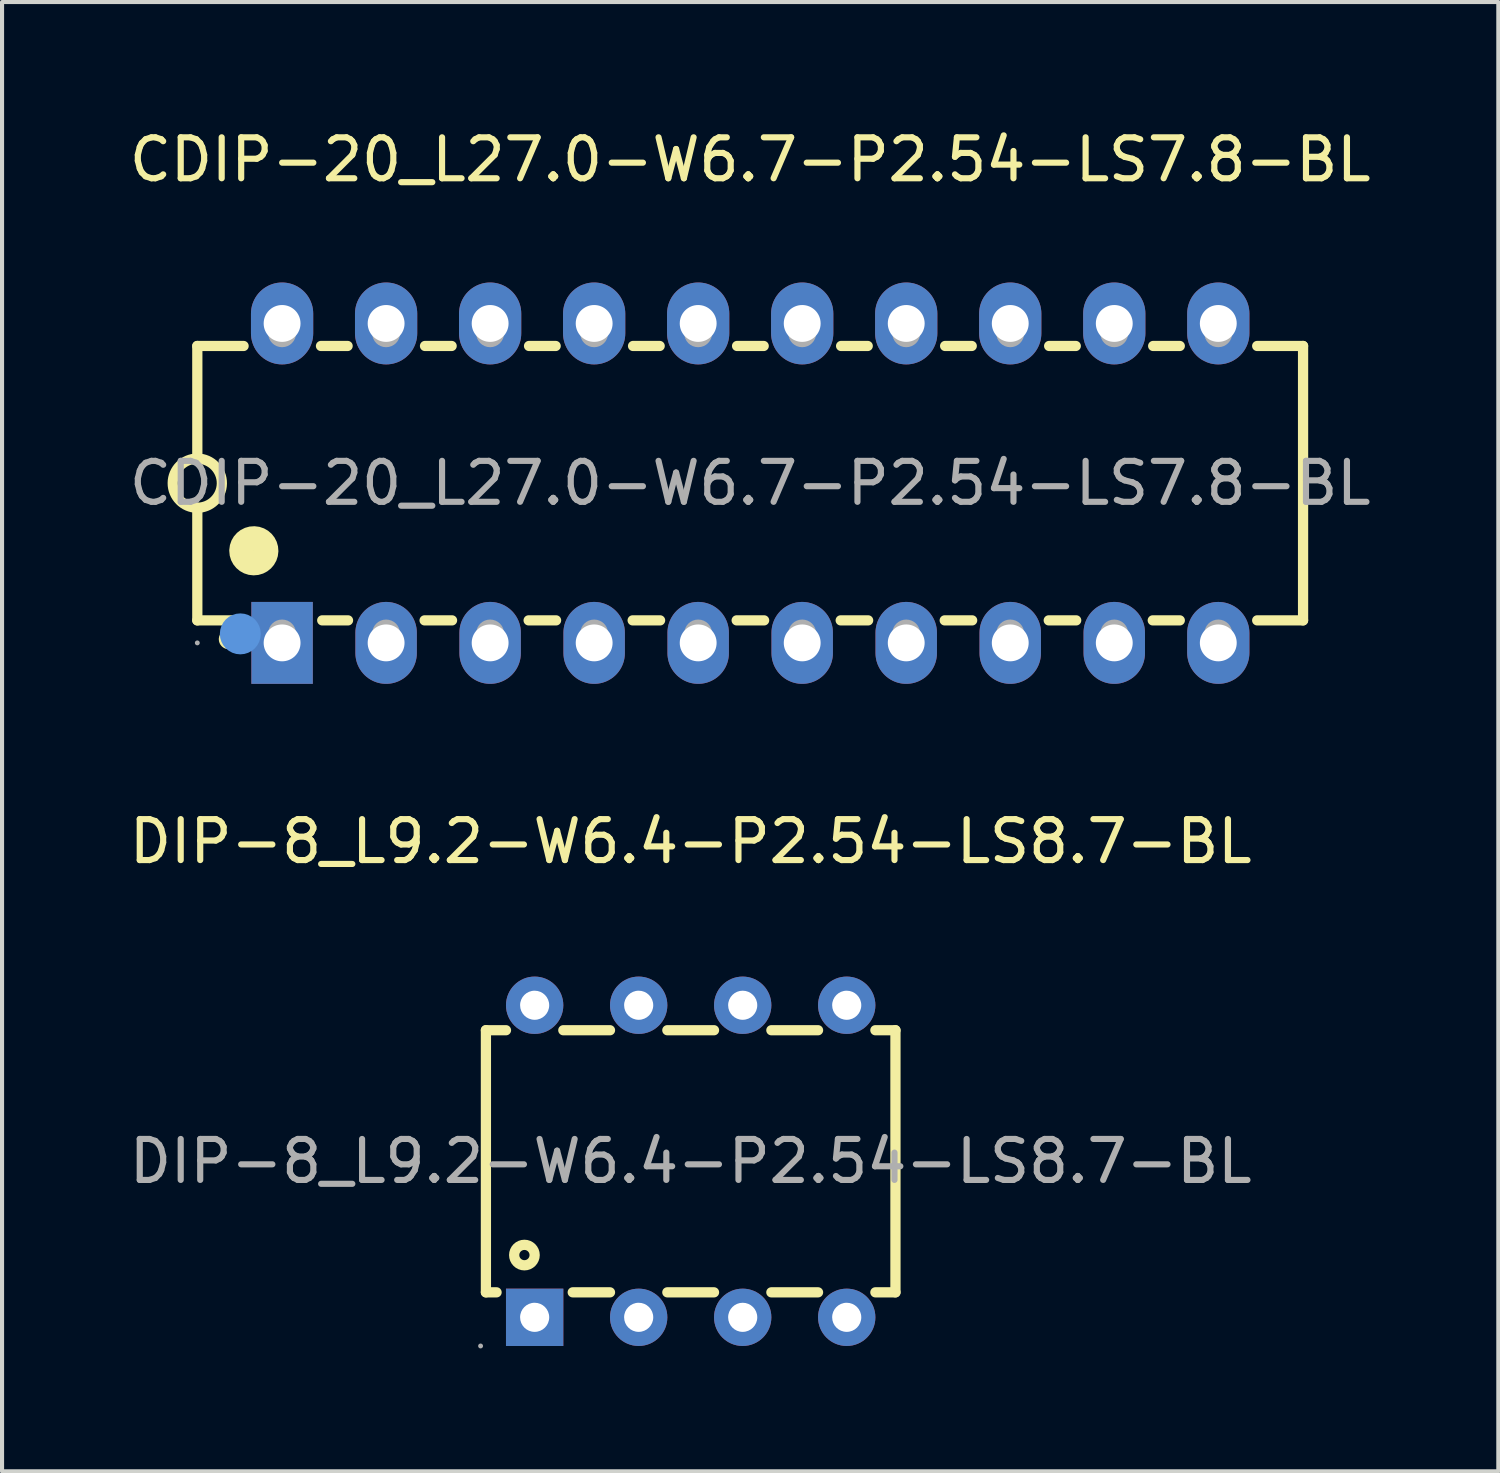
<source format=kicad_pcb>
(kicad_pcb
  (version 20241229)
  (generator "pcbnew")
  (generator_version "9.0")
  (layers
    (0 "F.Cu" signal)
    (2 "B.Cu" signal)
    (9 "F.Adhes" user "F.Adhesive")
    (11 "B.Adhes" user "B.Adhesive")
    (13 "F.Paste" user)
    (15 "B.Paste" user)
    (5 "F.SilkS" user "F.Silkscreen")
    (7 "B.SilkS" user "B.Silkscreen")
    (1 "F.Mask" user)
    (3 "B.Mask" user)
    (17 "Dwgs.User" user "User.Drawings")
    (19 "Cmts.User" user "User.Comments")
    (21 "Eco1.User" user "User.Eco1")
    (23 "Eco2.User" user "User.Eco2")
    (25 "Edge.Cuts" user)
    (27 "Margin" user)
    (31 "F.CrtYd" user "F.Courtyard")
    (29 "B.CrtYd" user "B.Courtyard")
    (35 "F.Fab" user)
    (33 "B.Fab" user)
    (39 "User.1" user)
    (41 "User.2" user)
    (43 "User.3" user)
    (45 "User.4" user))
  (footprint "CDIP-20_L27.0-W6.7-P2.54-LS7.8-BL"
    (layer "F.Cu")
    (at 15.268 8.748)
    (property "Reference" "CDIP-20_L27.0-W6.7-P2.54-LS7.8-BL" (at 0 -7.9 0) (layer "F.SilkS") (effects (font (size 1 1) (thickness 0.15))))
    (attr through_hole)
    (fp_line (start -13.5 -3.35) (end -12.37 -3.35) (stroke (width 0.25) (type solid)) (layer "F.SilkS"))
    (fp_line (start -13.5 -0.6) (end -13.5 -3.35) (stroke (width 0.25) (type solid)) (layer "F.SilkS"))
    (fp_line (start -13.5 3.35) (end -13.5 0.6) (stroke (width 0.25) (type solid)) (layer "F.SilkS"))
    (fp_line (start -13.5 3.35) (end -12.41 3.35) (stroke (width 0.25) (type solid)) (layer "F.SilkS"))
    (fp_line (start -10.48 -3.35) (end -9.83 -3.35) (stroke (width 0.25) (type solid)) (layer "F.SilkS"))
    (fp_line (start -10.45 3.35) (end -9.82 3.35) (stroke (width 0.25) (type solid)) (layer "F.SilkS"))
    (fp_line (start -7.95 3.35) (end -7.28 3.35) (stroke (width 0.25) (type solid)) (layer "F.SilkS"))
    (fp_line (start -7.94 -3.35) (end -7.29 -3.35) (stroke (width 0.25) (type solid)) (layer "F.SilkS"))
    (fp_line (start -5.41 3.35) (end -4.74 3.35) (stroke (width 0.25) (type solid)) (layer "F.SilkS"))
    (fp_line (start -5.4 -3.35) (end -4.75 -3.35) (stroke (width 0.25) (type solid)) (layer "F.SilkS"))
    (fp_line (start -2.87 3.35) (end -2.2 3.35) (stroke (width 0.25) (type solid)) (layer "F.SilkS"))
    (fp_line (start -2.86 -3.35) (end -2.21 -3.35) (stroke (width 0.25) (type solid)) (layer "F.SilkS"))
    (fp_line (start -0.33 3.35) (end 0.34 3.35) (stroke (width 0.25) (type solid)) (layer "F.SilkS"))
    (fp_line (start -0.32 -3.35) (end 0.33 -3.35) (stroke (width 0.25) (type solid)) (layer "F.SilkS"))
    (fp_line (start 2.21 3.35) (end 2.88 3.35) (stroke (width 0.25) (type solid)) (layer "F.SilkS"))
    (fp_line (start 2.22 -3.35) (end 2.87 -3.35) (stroke (width 0.25) (type solid)) (layer "F.SilkS"))
    (fp_line (start 4.75 3.35) (end 5.42 3.35) (stroke (width 0.25) (type solid)) (layer "F.SilkS"))
    (fp_line (start 4.76 -3.35) (end 5.41 -3.35) (stroke (width 0.25) (type solid)) (layer "F.SilkS"))
    (fp_line (start 7.29 3.35) (end 7.96 3.35) (stroke (width 0.25) (type solid)) (layer "F.SilkS"))
    (fp_line (start 7.3 -3.35) (end 7.95 -3.35) (stroke (width 0.25) (type solid)) (layer "F.SilkS"))
    (fp_line (start 9.83 3.35) (end 10.49 3.35) (stroke (width 0.25) (type solid)) (layer "F.SilkS"))
    (fp_line (start 9.84 -3.35) (end 10.49 -3.35) (stroke (width 0.25) (type solid)) (layer "F.SilkS"))
    (fp_line (start 12.38 -3.35) (end 13.5 -3.35) (stroke (width 0.25) (type solid)) (layer "F.SilkS"))
    (fp_line (start 12.38 3.35) (end 13.5 3.35) (stroke (width 0.25) (type solid)) (layer "F.SilkS"))
    (fp_line (start 13.5 -3.35) (end 13.5 3.35) (stroke (width 0.25) (type solid)) (layer "F.SilkS"))
    (fp_arc (start -13.489529 -0.599909) (mid -13.505236 0.599978) (end -13.5 -0.6) (stroke (width 0.25) (type solid)) (layer "F.SilkS"))
    (fp_arc (start -12.85 3.8) (mid -12.609687 3.814987) (end -12.850416 3.810034) (stroke (width 0.25) (type solid)) (layer "F.SilkS"))
    (fp_arc (start -12.42 1.64) (mid -11.819875 1.654999) (end -12.420167 1.650004) (stroke (width 0.6) (type solid)) (layer "F.SilkS"))
    (fp_circle (center -12.45 3.68) (end -12.2 3.68) (stroke (width 0.5) (type solid)) (fill no) (layer "Cmts.User"))
    (fp_circle (center -13.5 3.9) (end -13.47 3.9) (stroke (width 0.06) (type solid)) (fill no) (layer "F.Fab"))
    (fp_circle (center -11.43 -3.66) (end -11.32 -3.66) (stroke (width 0.23) (type solid)) (fill no) (layer "F.Fab"))
    (fp_circle (center -11.43 3.67) (end -11.32 3.67) (stroke (width 0.23) (type solid)) (fill no) (layer "F.Fab"))
    (fp_circle (center -8.89 -3.66) (end -8.78 -3.66) (stroke (width 0.23) (type solid)) (fill no) (layer "F.Fab"))
    (fp_circle (center -8.89 3.67) (end -8.78 3.67) (stroke (width 0.23) (type solid)) (fill no) (layer "F.Fab"))
    (fp_circle (center -6.35 -3.66) (end -6.24 -3.66) (stroke (width 0.23) (type solid)) (fill no) (layer "F.Fab"))
    (fp_circle (center -6.35 3.67) (end -6.24 3.67) (stroke (width 0.23) (type solid)) (fill no) (layer "F.Fab"))
    (fp_circle (center -3.81 -3.66) (end -3.7 -3.66) (stroke (width 0.23) (type solid)) (fill no) (layer "F.Fab"))
    (fp_circle (center -3.81 3.67) (end -3.7 3.67) (stroke (width 0.23) (type solid)) (fill no) (layer "F.Fab"))
    (fp_circle (center -1.27 -3.66) (end -1.16 -3.66) (stroke (width 0.23) (type solid)) (fill no) (layer "F.Fab"))
    (fp_circle (center -1.27 3.67) (end -1.16 3.67) (stroke (width 0.23) (type solid)) (fill no) (layer "F.Fab"))
    (fp_circle (center 1.27 -3.66) (end 1.38 -3.66) (stroke (width 0.23) (type solid)) (fill no) (layer "F.Fab"))
    (fp_circle (center 1.27 3.67) (end 1.38 3.67) (stroke (width 0.23) (type solid)) (fill no) (layer "F.Fab"))
    (fp_circle (center 3.81 -3.66) (end 3.92 -3.66) (stroke (width 0.23) (type solid)) (fill no) (layer "F.Fab"))
    (fp_circle (center 3.81 3.67) (end 3.92 3.67) (stroke (width 0.23) (type solid)) (fill no) (layer "F.Fab"))
    (fp_circle (center 6.35 -3.66) (end 6.46 -3.66) (stroke (width 0.23) (type solid)) (fill no) (layer "F.Fab"))
    (fp_circle (center 6.35 3.67) (end 6.46 3.67) (stroke (width 0.23) (type solid)) (fill no) (layer "F.Fab"))
    (fp_circle (center 8.89 -3.66) (end 9 -3.66) (stroke (width 0.23) (type solid)) (fill no) (layer "F.Fab"))
    (fp_circle (center 8.89 3.67) (end 9 3.67) (stroke (width 0.23) (type solid)) (fill no) (layer "F.Fab"))
    (fp_circle (center 11.43 -3.66) (end 11.54 -3.66) (stroke (width 0.23) (type solid)) (fill no) (layer "F.Fab"))
    (fp_circle (center 11.43 3.67) (end 11.54 3.67) (stroke (width 0.23) (type solid)) (fill no) (layer "F.Fab"))
    (fp_text user "${REFERENCE}" (at 0 0 0) (layer "F.Fab") (effects (font (size 1 1) (thickness 0.15))))
    (pad "1" thru_hole rect (at -11.43 3.9 90) (size 2 1.5) (drill 0.9) (layers "*.Cu" "*.Paste" "*.Mask"))
    (pad "2" thru_hole oval (at -8.89 3.9 90) (size 2 1.5) (drill 0.9) (layers "*.Cu" "*.Paste" "*.Mask"))
    (pad "3" thru_hole oval (at -6.35 3.9 90) (size 2 1.5) (drill 0.9) (layers "*.Cu" "*.Paste" "*.Mask"))
    (pad "4" thru_hole oval (at -3.81 3.9 90) (size 2 1.5) (drill 0.9) (layers "*.Cu" "*.Paste" "*.Mask"))
    (pad "5" thru_hole oval (at -1.27 3.9 90) (size 2 1.5) (drill 0.9) (layers "*.Cu" "*.Paste" "*.Mask"))
    (pad "6" thru_hole oval (at 1.27 3.9 90) (size 2 1.5) (drill 0.9) (layers "*.Cu" "*.Paste" "*.Mask"))
    (pad "7" thru_hole oval (at 3.81 3.9 90) (size 2 1.5) (drill 0.9) (layers "*.Cu" "*.Paste" "*.Mask"))
    (pad "8" thru_hole oval (at 6.35 3.9 90) (size 2 1.5) (drill 0.9) (layers "*.Cu" "*.Paste" "*.Mask"))
    (pad "9" thru_hole oval (at 8.89 3.9 90) (size 2 1.5) (drill 0.9) (layers "*.Cu" "*.Paste" "*.Mask"))
    (pad "10" thru_hole oval (at 11.43 3.9 90) (size 2 1.52) (drill 0.9) (layers "*.Cu" "*.Paste" "*.Mask"))
    (pad "11" thru_hole oval (at 11.43 -3.9 90) (size 2 1.52) (drill 0.9) (layers "*.Cu" "*.Paste" "*.Mask"))
    (pad "12" thru_hole oval (at 8.89 -3.9 90) (size 2 1.52) (drill 0.9) (layers "*.Cu" "*.Paste" "*.Mask"))
    (pad "13" thru_hole oval (at 6.35 -3.9 90) (size 2 1.52) (drill 0.9) (layers "*.Cu" "*.Paste" "*.Mask"))
    (pad "14" thru_hole oval (at 3.81 -3.9 90) (size 2 1.52) (drill 0.9) (layers "*.Cu" "*.Paste" "*.Mask"))
    (pad "15" thru_hole oval (at 1.27 -3.9 90) (size 2 1.52) (drill 0.9) (layers "*.Cu" "*.Paste" "*.Mask"))
    (pad "16" thru_hole oval (at -1.27 -3.9 90) (size 2 1.52) (drill 0.9) (layers "*.Cu" "*.Paste" "*.Mask"))
    (pad "17" thru_hole oval (at -3.81 -3.9 90) (size 2 1.52) (drill 0.9) (layers "*.Cu" "*.Paste" "*.Mask"))
    (pad "18" thru_hole oval (at -6.35 -3.9 90) (size 2 1.52) (drill 0.9) (layers "*.Cu" "*.Paste" "*.Mask"))
    (pad "19" thru_hole oval (at -8.89 -3.9 90) (size 2 1.52) (drill 0.9) (layers "*.Cu" "*.Paste" "*.Mask"))
    (pad "20" thru_hole oval (at -11.43 -3.9 90) (size 2 1.52) (drill 0.9) (layers "*.Cu" "*.Paste" "*.Mask")))
  (footprint "DIP-8_L9.2-W6.4-P2.54-LS8.7-BL"
    (layer "F.Cu")
    (at 13.815 25.306)
    (property "Reference" "DIP-8_L9.2-W6.4-P2.54-LS8.7-BL" (at 0 -7.81 0) (layer "F.SilkS") (effects (font (size 1 1) (thickness 0.15))))
    (attr through_hole)
    (fp_line (start -5 -3.2) (end -5 3.2) (stroke (width 0.25) (type solid)) (layer "F.SilkS"))
    (fp_line (start -5 -3.2) (end -4.51 -3.2) (stroke (width 0.25) (type solid)) (layer "F.SilkS"))
    (fp_line (start -5 3.2) (end -4.74 3.2) (stroke (width 0.25) (type solid)) (layer "F.SilkS"))
    (fp_line (start -3.11 -3.2) (end -1.97 -3.2) (stroke (width 0.25) (type solid)) (layer "F.SilkS"))
    (fp_line (start -2.88 3.2) (end -1.97 3.2) (stroke (width 0.25) (type solid)) (layer "F.SilkS"))
    (fp_line (start -0.57 -3.2) (end 0.57 -3.2) (stroke (width 0.25) (type solid)) (layer "F.SilkS"))
    (fp_line (start -0.57 3.2) (end 0.57 3.2) (stroke (width 0.25) (type solid)) (layer "F.SilkS"))
    (fp_line (start 1.97 -3.2) (end 3.11 -3.2) (stroke (width 0.25) (type solid)) (layer "F.SilkS"))
    (fp_line (start 1.97 3.2) (end 3.11 3.2) (stroke (width 0.25) (type solid)) (layer "F.SilkS"))
    (fp_line (start 4.51 -3.2) (end 5 -3.2) (stroke (width 0.25) (type solid)) (layer "F.SilkS"))
    (fp_line (start 4.51 3.2) (end 5 3.2) (stroke (width 0.25) (type solid)) (layer "F.SilkS"))
    (fp_line (start 5 -3.2) (end 5 3.2) (stroke (width 0.25) (type solid)) (layer "F.SilkS"))
    (fp_circle (center -4.06 2.29) (end -3.81 2.29) (stroke (width 0.25) (type solid)) (fill no) (layer "F.SilkS"))
    (fp_circle (center -5.13 4.51) (end -5.1 4.51) (stroke (width 0.06) (type solid)) (fill no) (layer "F.Fab"))
    (fp_circle (center -3.81 -3.81) (end -3.68 -3.81) (stroke (width 0.26) (type solid)) (fill no) (layer "F.Fab"))
    (fp_circle (center -3.81 3.81) (end -3.68 3.81) (stroke (width 0.26) (type solid)) (fill no) (layer "F.Fab"))
    (fp_circle (center -1.27 -3.81) (end -1.14 -3.81) (stroke (width 0.26) (type solid)) (fill no) (layer "F.Fab"))
    (fp_circle (center -1.27 3.81) (end -1.14 3.81) (stroke (width 0.26) (type solid)) (fill no) (layer "F.Fab"))
    (fp_circle (center 1.27 -3.81) (end 1.4 -3.81) (stroke (width 0.26) (type solid)) (fill no) (layer "F.Fab"))
    (fp_circle (center 1.27 3.81) (end 1.4 3.81) (stroke (width 0.26) (type solid)) (fill no) (layer "F.Fab"))
    (fp_circle (center 3.81 -3.81) (end 3.94 -3.81) (stroke (width 0.26) (type solid)) (fill no) (layer "F.Fab"))
    (fp_circle (center 3.81 3.81) (end 3.94 3.81) (stroke (width 0.26) (type solid)) (fill no) (layer "F.Fab"))
    (fp_text user "${REFERENCE}" (at 0 0 0) (layer "F.Fab") (effects (font (size 1 1) (thickness 0.15))))
    (pad "1" thru_hole rect (at -3.81 3.81) (size 1.4 1.4) (drill 0.711) (layers "*.Cu" "*.Paste" "*.Mask"))
    (pad "2" thru_hole circle (at -1.27 3.81) (size 1.4 1.4) (drill 0.711) (layers "*.Cu" "*.Paste" "*.Mask"))
    (pad "3" thru_hole circle (at 1.27 3.81) (size 1.4 1.4) (drill 0.711) (layers "*.Cu" "*.Paste" "*.Mask"))
    (pad "4" thru_hole circle (at 3.81 3.81) (size 1.4 1.4) (drill 0.711) (layers "*.Cu" "*.Paste" "*.Mask"))
    (pad "5" thru_hole circle (at 3.81 -3.81) (size 1.4 1.4) (drill 0.711) (layers "*.Cu" "*.Paste" "*.Mask"))
    (pad "6" thru_hole circle (at 1.27 -3.81) (size 1.4 1.4) (drill 0.711) (layers "*.Cu" "*.Paste" "*.Mask"))
    (pad "7" thru_hole circle (at -1.27 -3.81) (size 1.4 1.4) (drill 0.711) (layers "*.Cu" "*.Paste" "*.Mask"))
    (pad "8" thru_hole circle (at -3.81 -3.81) (size 1.4 1.4) (drill 0.711) (layers "*.Cu" "*.Paste" "*.Mask")))
  (gr_rect
    (start -3 -3)
    (end 33.536 32.877)
    (stroke (width 0.1) (type default))
    (fill no)
    (layer "Edge.Cuts")))
</source>
